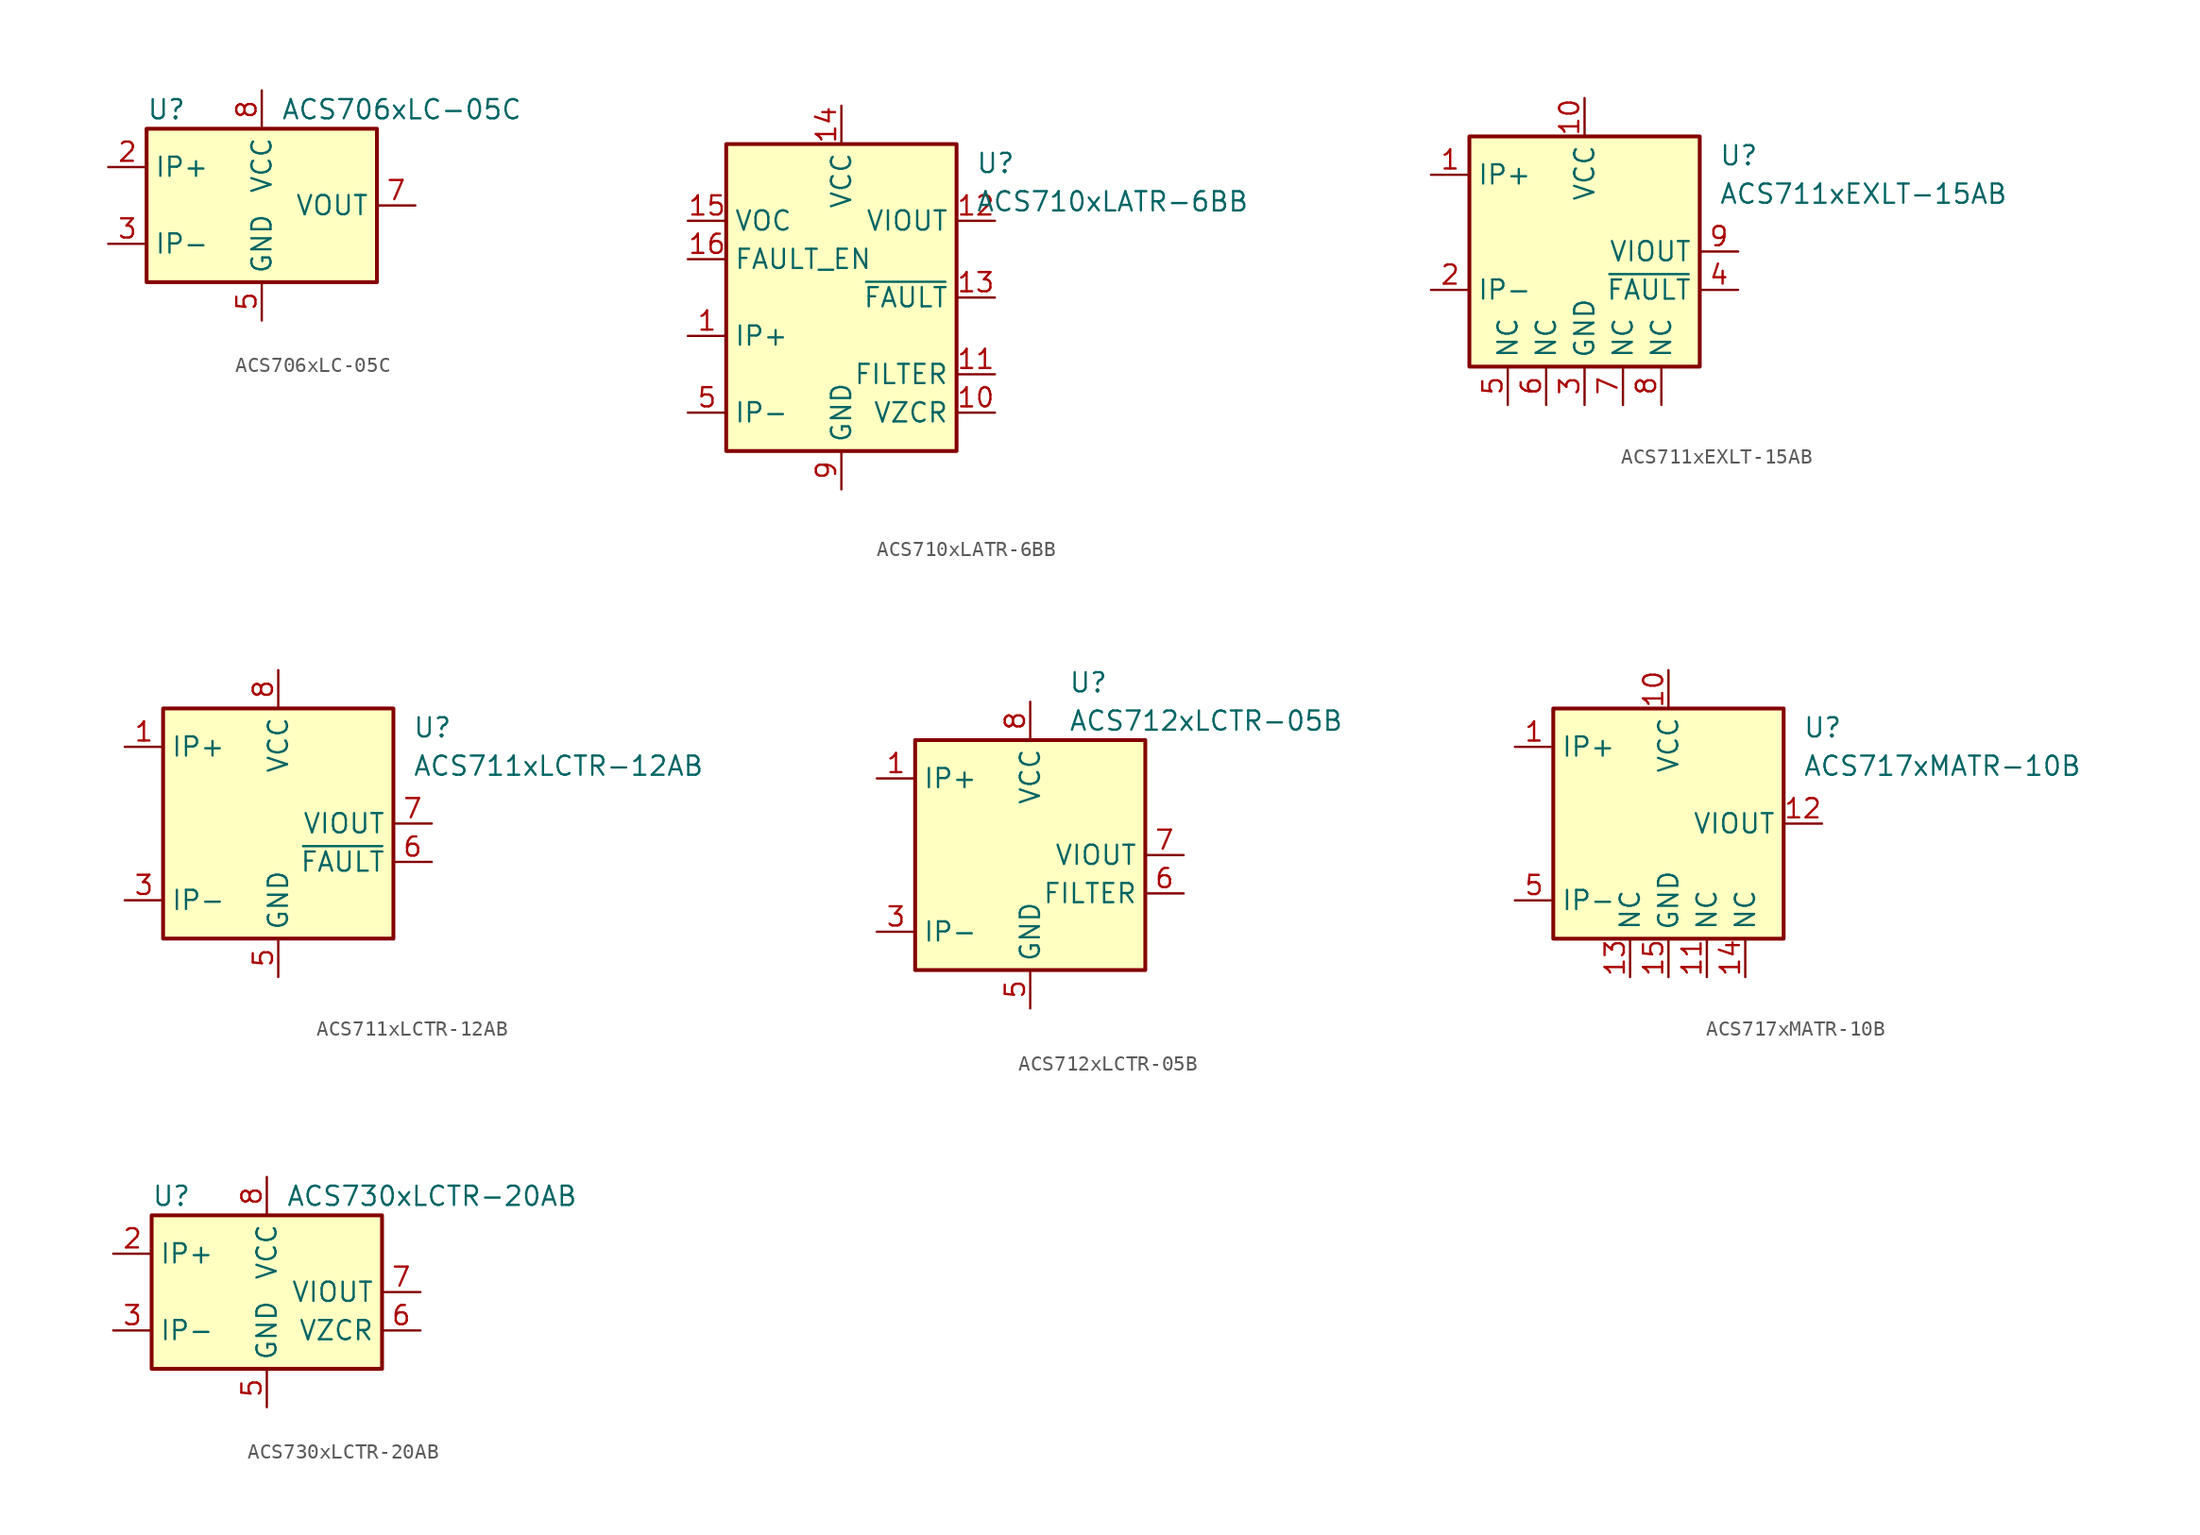
<source format=kicad_sym>
(kicad_symbol_lib
  (version 20211014)
  (generator kicad_symbol_editor)
  (symbol "ACS706xLC-05C"
    (property "Reference" "U"
      (at -7.62 6.35 0)
      (effects (font (size 1.27 1.27)) (justify left)))
    (property "Value" "ACS706xLC-05C"
      (at 1.27 6.35 0)
      (effects (font (size 1.27 1.27)) (justify left)))
    (symbol "ACS706xLC-05C_0_1"
      (rectangle (start -7.62 5.08) (end 7.62 -5.08) (stroke (width 0.254) (type default) (color 0 0 0 0)) (fill (type background))))
    (symbol "ACS706xLC-05C_1_1"
      (pin passive line (at -10.16 2.54 0) (length 2.54) hide (name "IP+" (effects (font (size 1.27 1.27)))) (number "1" (effects (font (size 1.27 1.27)))))
      (pin passive line (at -10.16 2.54 0) (length 2.54) (name "IP+" (effects (font (size 1.27 1.27)))) (number "2" (effects (font (size 1.27 1.27)))))
      (pin passive line (at -10.16 -2.54 0) (length 2.54) (name "IP-" (effects (font (size 1.27 1.27)))) (number "3" (effects (font (size 1.27 1.27)))))
      (pin passive line (at -10.16 -2.54 0) (length 2.54) hide (name "IP-" (effects (font (size 1.27 1.27)))) (number "4" (effects (font (size 1.27 1.27)))))
      (pin power_in line (at 0 -7.62 90) (length 2.54) (name "GND" (effects (font (size 1.27 1.27)))) (number "5" (effects (font (size 1.27 1.27)))))
      (pin no_connect line (at 7.62 -2.54 180) (length 2.54) hide (name "NC" (effects (font (size 1.27 1.27)))) (number "6" (effects (font (size 1.27 1.27)))))
      (pin output line (at 10.16 0 180) (length 2.54) (name "VOUT" (effects (font (size 1.27 1.27)))) (number "7" (effects (font (size 1.27 1.27)))))
      (pin power_in line (at 0 7.62 270) (length 2.54) (name "VCC" (effects (font (size 1.27 1.27)))) (number "8" (effects (font (size 1.27 1.27)))))))
  (symbol "ACS710xLATR-6BB"
    (property "Reference" "U"
      (at 8.89 8.89 0)
      (effects (font (size 1.27 1.27)) (justify left)))
    (property "Value" "ACS710xLATR-6BB"
      (at 8.89 6.35 0)
      (effects (font (size 1.27 1.27)) (justify left)))
    (symbol "ACS710xLATR-6BB_0_1"
      (rectangle (start -7.62 10.16) (end 7.62 -10.16) (stroke (width 0.254) (type default) (color 0 0 0 0)) (fill (type background))))
    (symbol "ACS710xLATR-6BB_1_1"
      (pin passive line (at -10.16 -2.54 0) (length 2.54) (name "IP+" (effects (font (size 1.27 1.27)))) (number "1" (effects (font (size 1.27 1.27)))))
      (pin passive line (at 10.16 -7.62 180) (length 2.54) (name "VZCR" (effects (font (size 1.27 1.27)))) (number "10" (effects (font (size 1.27 1.27)))))
      (pin passive line (at 10.16 -5.08 180) (length 2.54) (name "FILTER" (effects (font (size 1.27 1.27)))) (number "11" (effects (font (size 1.27 1.27)))))
      (pin output line (at 10.16 5.08 180) (length 2.54) (name "VIOUT" (effects (font (size 1.27 1.27)))) (number "12" (effects (font (size 1.27 1.27)))))
      (pin output line (at 10.16 0 180) (length 2.54) (name "~{FAULT}" (effects (font (size 1.27 1.27)))) (number "13" (effects (font (size 1.27 1.27)))))
      (pin power_in line (at 0 12.7 270) (length 2.54) (name "VCC" (effects (font (size 1.27 1.27)))) (number "14" (effects (font (size 1.27 1.27)))))
      (pin input line (at -10.16 5.08 0) (length 2.54) (name "VOC" (effects (font (size 1.27 1.27)))) (number "15" (effects (font (size 1.27 1.27)))))
      (pin input line (at -10.16 2.54 0) (length 2.54) (name "FAULT_EN" (effects (font (size 1.27 1.27)))) (number "16" (effects (font (size 1.27 1.27)))))
      (pin passive line (at -10.16 -2.54 0) (length 2.54) hide (name "IP+" (effects (font (size 1.27 1.27)))) (number "2" (effects (font (size 1.27 1.27)))))
      (pin passive line (at -10.16 -2.54 0) (length 2.54) hide (name "IP+" (effects (font (size 1.27 1.27)))) (number "3" (effects (font (size 1.27 1.27)))))
      (pin passive line (at -10.16 -2.54 0) (length 2.54) hide (name "IP+" (effects (font (size 1.27 1.27)))) (number "4" (effects (font (size 1.27 1.27)))))
      (pin passive line (at -10.16 -7.62 0) (length 2.54) (name "IP-" (effects (font (size 1.27 1.27)))) (number "5" (effects (font (size 1.27 1.27)))))
      (pin passive line (at -10.16 -7.62 0) (length 2.54) hide (name "IP-" (effects (font (size 1.27 1.27)))) (number "6" (effects (font (size 1.27 1.27)))))
      (pin passive line (at -10.16 -7.62 0) (length 2.54) hide (name "IP-" (effects (font (size 1.27 1.27)))) (number "7" (effects (font (size 1.27 1.27)))))
      (pin passive line (at -10.16 -7.62 0) (length 2.54) hide (name "IP-" (effects (font (size 1.27 1.27)))) (number "8" (effects (font (size 1.27 1.27)))))
      (pin power_in line (at 0 -12.7 90) (length 2.54) (name "GND" (effects (font (size 1.27 1.27)))) (number "9" (effects (font (size 1.27 1.27)))))))
  (symbol "ACS711xEXLT-15AB"
    (property "Reference" "U"
      (at 8.89 6.35 0)
      (effects (font (size 1.27 1.27)) (justify left)))
    (property "Value" "ACS711xEXLT-15AB"
      (at 8.89 3.81 0)
      (effects (font (size 1.27 1.27)) (justify left)))
    (symbol "ACS711xEXLT-15AB_0_1"
      (rectangle (start -7.62 7.62) (end 7.62 -7.62) (stroke (width 0.254) (type default) (color 0 0 0 0)) (fill (type background))))
    (symbol "ACS711xEXLT-15AB_1_1"
      (pin passive line (at -10.16 5.08 0) (length 2.54) (name "IP+" (effects (font (size 1.27 1.27)))) (number "1" (effects (font (size 1.27 1.27)))))
      (pin power_in line (at 0 10.16 270) (length 2.54) (name "VCC" (effects (font (size 1.27 1.27)))) (number "10" (effects (font (size 1.27 1.27)))))
      (pin passive line (at -10.16 -2.54 0) (length 2.54) (name "IP-" (effects (font (size 1.27 1.27)))) (number "2" (effects (font (size 1.27 1.27)))))
      (pin power_in line (at 0 -10.16 90) (length 2.54) (name "GND" (effects (font (size 1.27 1.27)))) (number "3" (effects (font (size 1.27 1.27)))))
      (pin output line (at 10.16 -2.54 180) (length 2.54) (name "~{FAULT}" (effects (font (size 1.27 1.27)))) (number "4" (effects (font (size 1.27 1.27)))))
      (pin passive line (at -5.08 -10.16 90) (length 2.54) (name "NC" (effects (font (size 1.27 1.27)))) (number "5" (effects (font (size 1.27 1.27)))))
      (pin passive line (at -2.54 -10.16 90) (length 2.54) (name "NC" (effects (font (size 1.27 1.27)))) (number "6" (effects (font (size 1.27 1.27)))))
      (pin passive line (at 2.54 -10.16 90) (length 2.54) (name "NC" (effects (font (size 1.27 1.27)))) (number "7" (effects (font (size 1.27 1.27)))))
      (pin passive line (at 5.08 -10.16 90) (length 2.54) (name "NC" (effects (font (size 1.27 1.27)))) (number "8" (effects (font (size 1.27 1.27)))))
      (pin output line (at 10.16 0 180) (length 2.54) (name "VIOUT" (effects (font (size 1.27 1.27)))) (number "9" (effects (font (size 1.27 1.27)))))))
  (symbol "ACS711xLCTR-12AB"
    (property "Reference" "U"
      (at 8.89 6.35 0)
      (effects (font (size 1.27 1.27)) (justify left)))
    (property "Value" "ACS711xLCTR-12AB"
      (at 8.89 3.81 0)
      (effects (font (size 1.27 1.27)) (justify left)))
    (symbol "ACS711xLCTR-12AB_0_1"
      (rectangle (start -7.62 7.62) (end 7.62 -7.62) (stroke (width 0.254) (type default) (color 0 0 0 0)) (fill (type background))))
    (symbol "ACS711xLCTR-12AB_1_1"
      (pin passive line (at -10.16 5.08 0) (length 2.54) (name "IP+" (effects (font (size 1.27 1.27)))) (number "1" (effects (font (size 1.27 1.27)))))
      (pin passive line (at -10.16 5.08 0) (length 2.54) hide (name "IP+" (effects (font (size 1.27 1.27)))) (number "2" (effects (font (size 1.27 1.27)))))
      (pin passive line (at -10.16 -5.08 0) (length 2.54) (name "IP-" (effects (font (size 1.27 1.27)))) (number "3" (effects (font (size 1.27 1.27)))))
      (pin passive line (at -10.16 -5.08 0) (length 2.54) hide (name "IP-" (effects (font (size 1.27 1.27)))) (number "4" (effects (font (size 1.27 1.27)))))
      (pin power_in line (at 0 -10.16 90) (length 2.54) (name "GND" (effects (font (size 1.27 1.27)))) (number "5" (effects (font (size 1.27 1.27)))))
      (pin output line (at 10.16 -2.54 180) (length 2.54) (name "~{FAULT}" (effects (font (size 1.27 1.27)))) (number "6" (effects (font (size 1.27 1.27)))))
      (pin output line (at 10.16 0 180) (length 2.54) (name "VIOUT" (effects (font (size 1.27 1.27)))) (number "7" (effects (font (size 1.27 1.27)))))
      (pin power_in line (at 0 10.16 270) (length 2.54) (name "VCC" (effects (font (size 1.27 1.27)))) (number "8" (effects (font (size 1.27 1.27)))))))
  (symbol "ACS712xLCTR-05B"
    (property "Reference" "U"
      (at 2.54 11.43 0)
      (effects (font (size 1.27 1.27)) (justify left)))
    (property "Value" "ACS712xLCTR-05B"
      (at 2.54 8.89 0)
      (effects (font (size 1.27 1.27)) (justify left)))
    (symbol "ACS712xLCTR-05B_0_1"
      (rectangle (start -7.62 7.62) (end 7.62 -7.62) (stroke (width 0.254) (type default) (color 0 0 0 0)) (fill (type background))))
    (symbol "ACS712xLCTR-05B_1_1"
      (pin passive line (at -10.16 5.08 0) (length 2.54) (name "IP+" (effects (font (size 1.27 1.27)))) (number "1" (effects (font (size 1.27 1.27)))))
      (pin passive line (at -10.16 5.08 0) (length 2.54) hide (name "IP+" (effects (font (size 1.27 1.27)))) (number "2" (effects (font (size 1.27 1.27)))))
      (pin passive line (at -10.16 -5.08 0) (length 2.54) (name "IP-" (effects (font (size 1.27 1.27)))) (number "3" (effects (font (size 1.27 1.27)))))
      (pin passive line (at -10.16 -5.08 0) (length 2.54) hide (name "IP-" (effects (font (size 1.27 1.27)))) (number "4" (effects (font (size 1.27 1.27)))))
      (pin power_in line (at 0 -10.16 90) (length 2.54) (name "GND" (effects (font (size 1.27 1.27)))) (number "5" (effects (font (size 1.27 1.27)))))
      (pin passive line (at 10.16 -2.54 180) (length 2.54) (name "FILTER" (effects (font (size 1.27 1.27)))) (number "6" (effects (font (size 1.27 1.27)))))
      (pin output line (at 10.16 0 180) (length 2.54) (name "VIOUT" (effects (font (size 1.27 1.27)))) (number "7" (effects (font (size 1.27 1.27)))))
      (pin power_in line (at 0 10.16 270) (length 2.54) (name "VCC" (effects (font (size 1.27 1.27)))) (number "8" (effects (font (size 1.27 1.27)))))))
  (symbol "ACS717xMATR-10B"
    (property "Reference" "U"
      (at 8.89 6.35 0)
      (effects (font (size 1.27 1.27)) (justify left)))
    (property "Value" "ACS717xMATR-10B"
      (at 8.89 3.81 0)
      (effects (font (size 1.27 1.27)) (justify left)))
    (symbol "ACS717xMATR-10B_0_1"
      (rectangle (start -7.62 7.62) (end 7.62 -7.62) (stroke (width 0.254) (type default) (color 0 0 0 0)) (fill (type background))))
    (symbol "ACS717xMATR-10B_1_1"
      (pin passive line (at -10.16 5.08 0) (length 2.54) (name "IP+" (effects (font (size 1.27 1.27)))) (number "1" (effects (font (size 1.27 1.27)))))
      (pin power_in line (at 0 10.16 270) (length 2.54) (name "VCC" (effects (font (size 1.27 1.27)))) (number "10" (effects (font (size 1.27 1.27)))))
      (pin passive line (at 2.54 -10.16 90) (length 2.54) (name "NC" (effects (font (size 1.27 1.27)))) (number "11" (effects (font (size 1.27 1.27)))))
      (pin output line (at 10.16 0 180) (length 2.54) (name "VIOUT" (effects (font (size 1.27 1.27)))) (number "12" (effects (font (size 1.27 1.27)))))
      (pin passive line (at -2.54 -10.16 90) (length 2.54) (name "NC" (effects (font (size 1.27 1.27)))) (number "13" (effects (font (size 1.27 1.27)))))
      (pin passive line (at 5.08 -10.16 90) (length 2.54) (name "NC" (effects (font (size 1.27 1.27)))) (number "14" (effects (font (size 1.27 1.27)))))
      (pin power_in line (at 0 -10.16 90) (length 2.54) (name "GND" (effects (font (size 1.27 1.27)))) (number "15" (effects (font (size 1.27 1.27)))))
      (pin no_connect line (at 7.62 2.54 180) (length 2.54) hide (name "NC" (effects (font (size 1.27 1.27)))) (number "16" (effects (font (size 1.27 1.27)))))
      (pin passive line (at -10.16 5.08 0) (length 2.54) hide (name "IP+" (effects (font (size 1.27 1.27)))) (number "2" (effects (font (size 1.27 1.27)))))
      (pin passive line (at -10.16 5.08 0) (length 2.54) hide (name "IP+" (effects (font (size 1.27 1.27)))) (number "3" (effects (font (size 1.27 1.27)))))
      (pin passive line (at -10.16 5.08 0) (length 2.54) hide (name "IP+" (effects (font (size 1.27 1.27)))) (number "4" (effects (font (size 1.27 1.27)))))
      (pin passive line (at -10.16 -5.08 0) (length 2.54) (name "IP-" (effects (font (size 1.27 1.27)))) (number "5" (effects (font (size 1.27 1.27)))))
      (pin passive line (at -10.16 -5.08 0) (length 2.54) hide (name "IP-" (effects (font (size 1.27 1.27)))) (number "6" (effects (font (size 1.27 1.27)))))
      (pin passive line (at -10.16 -5.08 0) (length 2.54) hide (name "IP-" (effects (font (size 1.27 1.27)))) (number "7" (effects (font (size 1.27 1.27)))))
      (pin passive line (at -10.16 -5.08 0) (length 2.54) hide (name "IP-" (effects (font (size 1.27 1.27)))) (number "8" (effects (font (size 1.27 1.27)))))
      (pin no_connect line (at 7.62 5.08 180) (length 2.54) hide (name "NC" (effects (font (size 1.27 1.27)))) (number "9" (effects (font (size 1.27 1.27)))))))
  (symbol "ACS730xLCTR-20AB"
    (property "Reference" "U"
      (at -7.62 6.35 0)
      (effects (font (size 1.27 1.27)) (justify left)))
    (property "Value" "ACS730xLCTR-20AB"
      (at 1.27 6.35 0)
      (effects (font (size 1.27 1.27)) (justify left)))
    (symbol "ACS730xLCTR-20AB_0_1"
      (rectangle (start -7.62 5.08) (end 7.62 -5.08) (stroke (width 0.254) (type default) (color 0 0 0 0)) (fill (type background))))
    (symbol "ACS730xLCTR-20AB_1_1"
      (pin passive line (at -10.16 2.54 0) (length 2.54) hide (name "IP+" (effects (font (size 1.27 1.27)))) (number "1" (effects (font (size 1.27 1.27)))))
      (pin passive line (at -10.16 2.54 0) (length 2.54) (name "IP+" (effects (font (size 1.27 1.27)))) (number "2" (effects (font (size 1.27 1.27)))))
      (pin passive line (at -10.16 -2.54 0) (length 2.54) (name "IP-" (effects (font (size 1.27 1.27)))) (number "3" (effects (font (size 1.27 1.27)))))
      (pin passive line (at -10.16 -2.54 0) (length 2.54) hide (name "IP-" (effects (font (size 1.27 1.27)))) (number "4" (effects (font (size 1.27 1.27)))))
      (pin power_in line (at 0 -7.62 90) (length 2.54) (name "GND" (effects (font (size 1.27 1.27)))) (number "5" (effects (font (size 1.27 1.27)))))
      (pin passive line (at 10.16 -2.54 180) (length 2.54) (name "VZCR" (effects (font (size 1.27 1.27)))) (number "6" (effects (font (size 1.27 1.27)))))
      (pin output line (at 10.16 0 180) (length 2.54) (name "VIOUT" (effects (font (size 1.27 1.27)))) (number "7" (effects (font (size 1.27 1.27)))))
      (pin power_in line (at 0 7.62 270) (length 2.54) (name "VCC" (effects (font (size 1.27 1.27)))) (number "8" (effects (font (size 1.27 1.27))))))))
</source>
